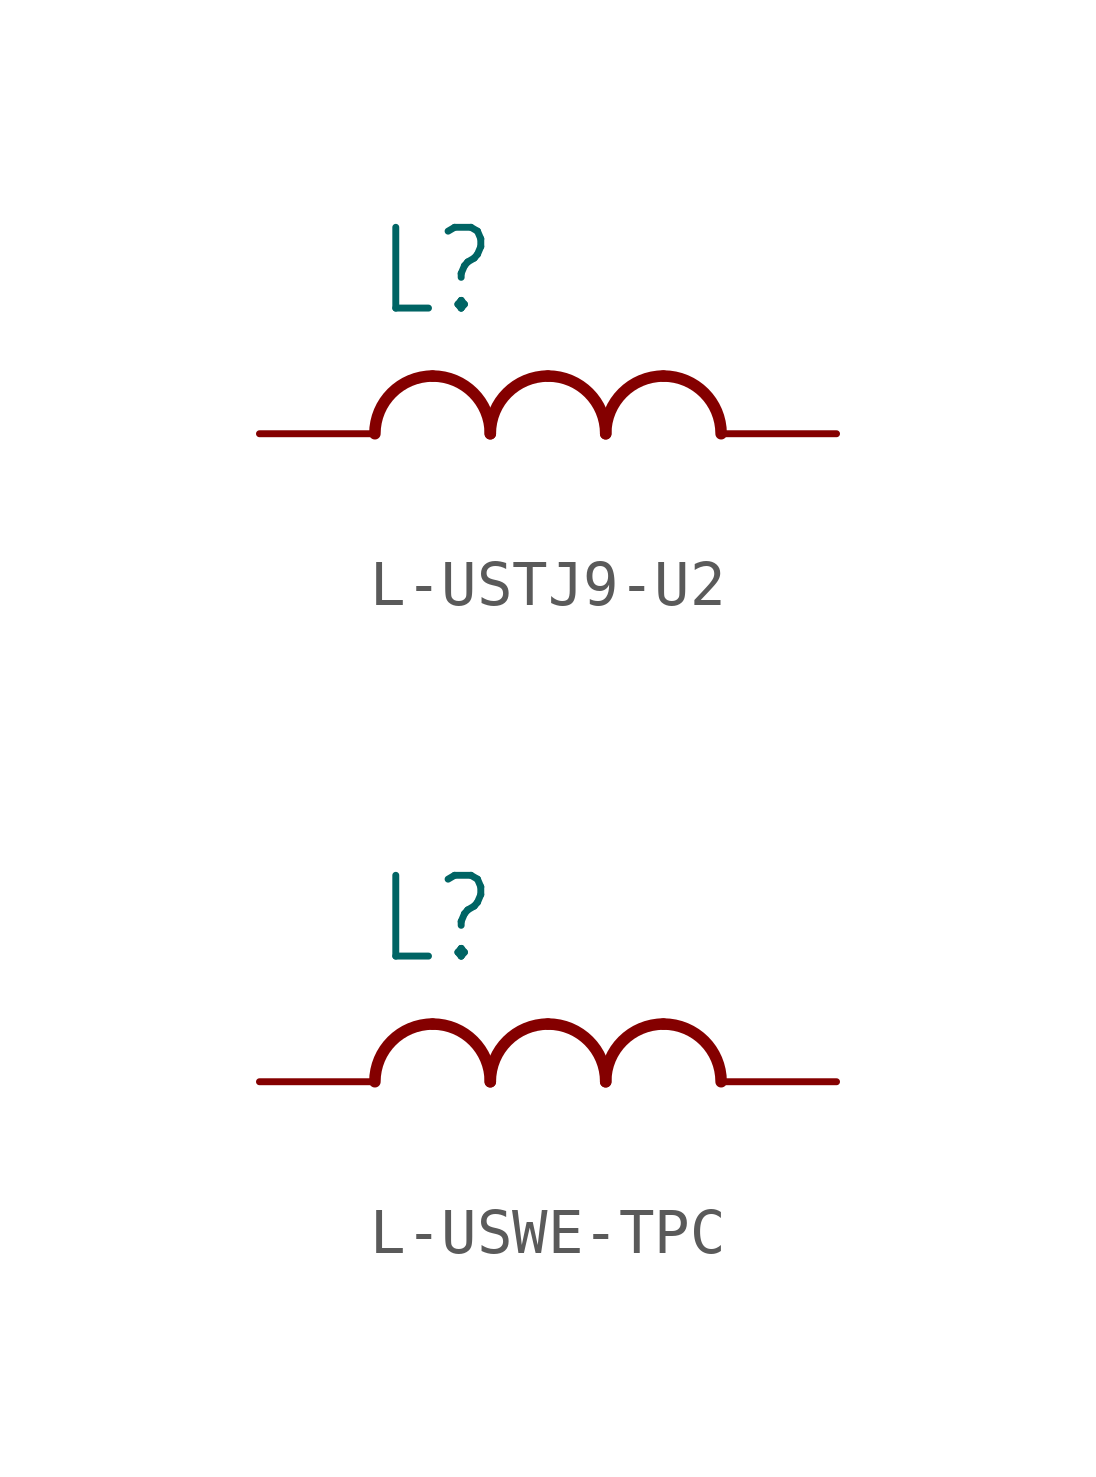
<source format=kicad_sym>
(kicad_symbol_lib
  (version 20241209)
  (generator "kicad_symbol_editor")
  (generator_version "9.0")
  (symbol "L-USTJ9-U2"
    (property "Reference" "L"
      (at -5.08 2.54 0)
      (effects (font (size 1.778 1.511)) (justify left bottom)))
    (property "Value" ""
      (at -5.08 -1.27 0)
      (effects (font (size 1.778 1.511)) (justify left top)))
    (property "ki_locked" ""
      (at 0 0 0)
      (effects (font (size 1.27 1.27))))
    (symbol "L-USTJ9-U2_1_0"
      (arc (start -5.08 0) (mid -4.708 0.898) (end -3.81 1.27) (stroke (width 0.254) (type solid)) (fill (type none)))
      (arc (start -3.81 1.27) (mid -2.912 0.898) (end -2.54 0) (stroke (width 0.254) (type solid)) (fill (type none)))
      (arc (start -2.54 0) (mid -2.168 0.898) (end -1.27 1.27) (stroke (width 0.254) (type solid)) (fill (type none)))
      (arc (start -1.27 1.27) (mid -0.372 0.898) (end 0 0) (stroke (width 0.254) (type solid)) (fill (type none)))
      (arc (start 0 0) (mid 0.372 0.898) (end 1.27 1.27) (stroke (width 0.254) (type solid)) (fill (type none)))
      (arc (start 1.27 1.27) (mid 2.168 0.898) (end 2.54 0) (stroke (width 0.254) (type solid)) (fill (type none)))
      (pin passive line (at -7.62 0 0) (length 2.54) (name "1" (effects (font (size 0 0)))) (number "1" (effects (font (size 0 0)))))
      (pin passive line (at 5.08 0 180) (length 2.54) (name "2" (effects (font (size 0 0)))) (number "2" (effects (font (size 0 0)))))))
  (symbol "L-USWE-TPC"
    (property "Reference" "L"
      (at -5.08 2.54 0)
      (effects (font (size 1.778 1.511)) (justify left bottom)))
    (property "Value" ""
      (at -5.08 -1.27 0)
      (effects (font (size 1.778 1.511)) (justify left top)))
    (property "ki_locked" ""
      (at 0 0 0)
      (effects (font (size 1.27 1.27))))
    (symbol "L-USWE-TPC_1_0"
      (arc (start -5.08 0) (mid -4.708 0.898) (end -3.81 1.27) (stroke (width 0.254) (type solid)) (fill (type none)))
      (arc (start -3.81 1.27) (mid -2.912 0.898) (end -2.54 0) (stroke (width 0.254) (type solid)) (fill (type none)))
      (arc (start -2.54 0) (mid -2.168 0.898) (end -1.27 1.27) (stroke (width 0.254) (type solid)) (fill (type none)))
      (arc (start -1.27 1.27) (mid -0.372 0.898) (end 0 0) (stroke (width 0.254) (type solid)) (fill (type none)))
      (arc (start 0 0) (mid 0.372 0.898) (end 1.27 1.27) (stroke (width 0.254) (type solid)) (fill (type none)))
      (arc (start 1.27 1.27) (mid 2.168 0.898) (end 2.54 0) (stroke (width 0.254) (type solid)) (fill (type none)))
      (pin passive line (at -7.62 0 0) (length 2.54) (name "1" (effects (font (size 0 0)))) (number "1" (effects (font (size 0 0)))))
      (pin passive line (at 5.08 0 180) (length 2.54) (name "2" (effects (font (size 0 0)))) (number "2" (effects (font (size 0 0))))))))
</source>
